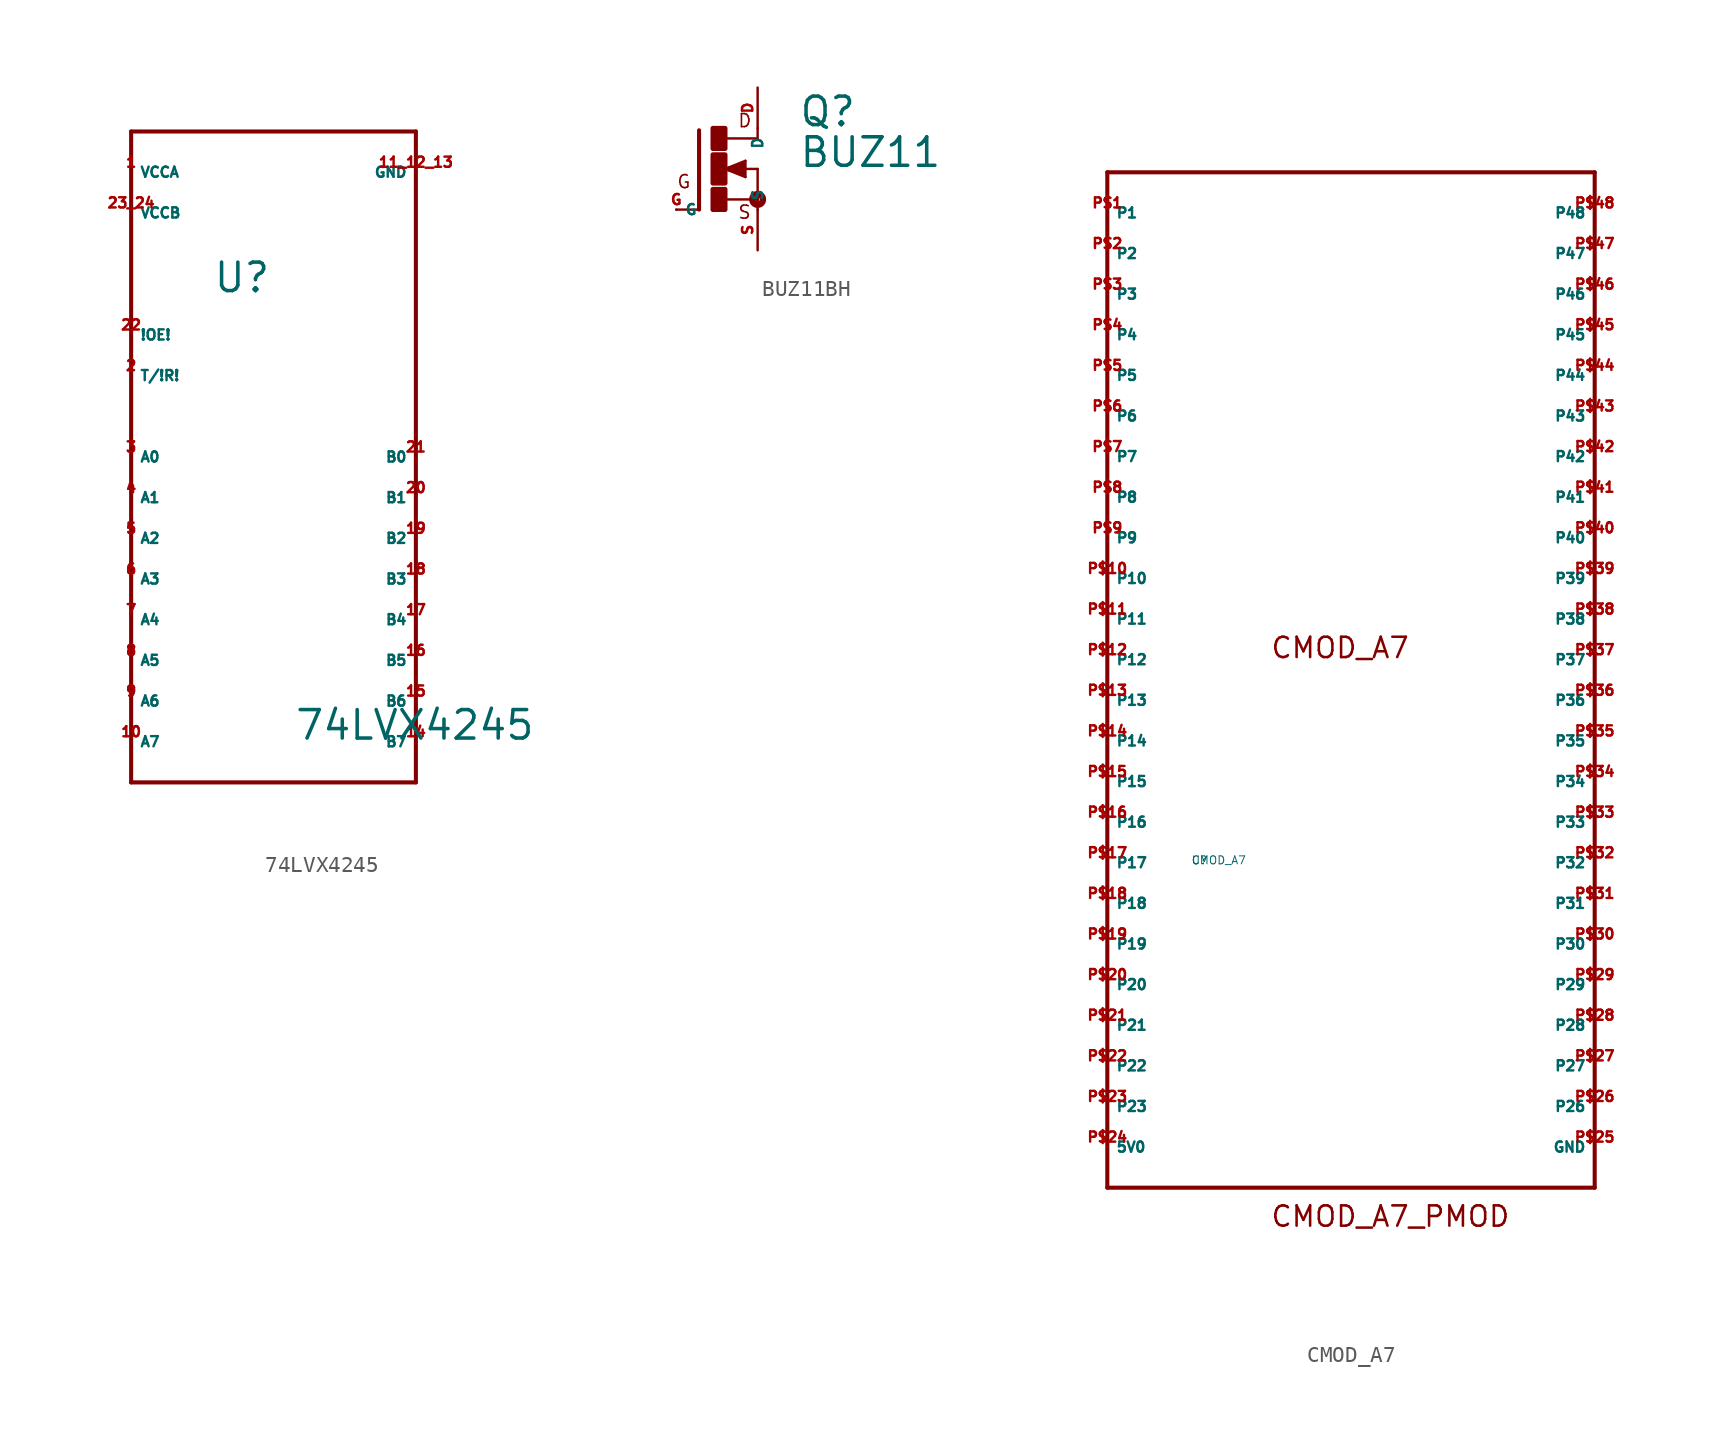
<source format=kicad_sym>
(kicad_symbol_lib
  (version 20220914)
  (generator Eagle2Kicad)
  (symbol "74LVX4245"
    (property "Reference" "U"
      (at -5.08 17.78 0)
      (effects (font (size 1.778 1.778) (thickness 0.22)) (justify left bottom)))
    (property "Value" "74LVX4245"
      (at 0 -10.16 0)
      (effects (font (size 1.778 1.778) (thickness 0.22)) (justify left bottom)))
    (polyline
      (pts (xy -10.16 27.94) (xy -10.16 -12.7))
      (stroke (width 0.254) (type default))
      (fill (type none)))
    (polyline
      (pts (xy -10.16 -12.7) (xy 7.62 -12.7))
      (stroke (width 0.254) (type default))
      (fill (type none)))
    (polyline
      (pts (xy 7.62 27.94) (xy -10.16 27.94))
      (stroke (width 0.254) (type default))
      (fill (type none)))
    (polyline
      (pts (xy 7.62 27.94) (xy 7.62 -12.7))
      (stroke (width 0.254) (type default))
      (fill (type none)))
    (pin bidirectional line
      (at -10.16 15.24 0)
      (length 0)
      (name "!OE!" (effects (font (size 0.635 0.635) (thickness 0.08)) (justify left bottom)))
      (number "22" (effects (font (size 0.635 0.635) (thickness 0.08)) (justify left bottom))))
    (pin bidirectional line
      (at -10.16 12.7 0)
      (length 0)
      (name "T/!R!" (effects (font (size 0.635 0.635) (thickness 0.08)) (justify left bottom)))
      (number "2" (effects (font (size 0.635 0.635) (thickness 0.08)) (justify left bottom))))
    (pin bidirectional line
      (at -10.16 7.62 0)
      (length 0)
      (name "A0" (effects (font (size 0.635 0.635) (thickness 0.08)) (justify left bottom)))
      (number "3" (effects (font (size 0.635 0.635) (thickness 0.08)) (justify left bottom))))
    (pin bidirectional line
      (at -10.16 5.08 0)
      (length 0)
      (name "A1" (effects (font (size 0.635 0.635) (thickness 0.08)) (justify left bottom)))
      (number "4" (effects (font (size 0.635 0.635) (thickness 0.08)) (justify left bottom))))
    (pin bidirectional line
      (at -10.16 2.54 0)
      (length 0)
      (name "A2" (effects (font (size 0.635 0.635) (thickness 0.08)) (justify left bottom)))
      (number "5" (effects (font (size 0.635 0.635) (thickness 0.08)) (justify left bottom))))
    (pin bidirectional line
      (at -10.16 0 0)
      (length 0)
      (name "A3" (effects (font (size 0.635 0.635) (thickness 0.08)) (justify left bottom)))
      (number "6" (effects (font (size 0.635 0.635) (thickness 0.08)) (justify left bottom))))
    (pin bidirectional line
      (at -10.16 -2.54 0)
      (length 0)
      (name "A4" (effects (font (size 0.635 0.635) (thickness 0.08)) (justify left bottom)))
      (number "7" (effects (font (size 0.635 0.635) (thickness 0.08)) (justify left bottom))))
    (pin bidirectional line
      (at -10.16 -5.08 0)
      (length 0)
      (name "A5" (effects (font (size 0.635 0.635) (thickness 0.08)) (justify left bottom)))
      (number "8" (effects (font (size 0.635 0.635) (thickness 0.08)) (justify left bottom))))
    (pin bidirectional line
      (at -10.16 -7.62 0)
      (length 0)
      (name "A6" (effects (font (size 0.635 0.635) (thickness 0.08)) (justify left bottom)))
      (number "9" (effects (font (size 0.635 0.635) (thickness 0.08)) (justify left bottom))))
    (pin bidirectional line
      (at -10.16 -10.16 0)
      (length 0)
      (name "A7" (effects (font (size 0.635 0.635) (thickness 0.08)) (justify left bottom)))
      (number "10" (effects (font (size 0.635 0.635) (thickness 0.08)) (justify left bottom))))
    (pin bidirectional line
      (at 7.62 7.62 180)
      (length 0)
      (name "B0" (effects (font (size 0.635 0.635) (thickness 0.08)) (justify left bottom)))
      (number "21" (effects (font (size 0.635 0.635) (thickness 0.08)) (justify left bottom))))
    (pin bidirectional line
      (at 7.62 5.08 180)
      (length 0)
      (name "B1" (effects (font (size 0.635 0.635) (thickness 0.08)) (justify left bottom)))
      (number "20" (effects (font (size 0.635 0.635) (thickness 0.08)) (justify left bottom))))
    (pin bidirectional line
      (at 7.62 2.54 180)
      (length 0)
      (name "B2" (effects (font (size 0.635 0.635) (thickness 0.08)) (justify left bottom)))
      (number "19" (effects (font (size 0.635 0.635) (thickness 0.08)) (justify left bottom))))
    (pin bidirectional line
      (at 7.62 0 180)
      (length 0)
      (name "B3" (effects (font (size 0.635 0.635) (thickness 0.08)) (justify left bottom)))
      (number "18" (effects (font (size 0.635 0.635) (thickness 0.08)) (justify left bottom))))
    (pin bidirectional line
      (at 7.62 -2.54 180)
      (length 0)
      (name "B4" (effects (font (size 0.635 0.635) (thickness 0.08)) (justify left bottom)))
      (number "17" (effects (font (size 0.635 0.635) (thickness 0.08)) (justify left bottom))))
    (pin bidirectional line
      (at 7.62 -5.08 180)
      (length 0)
      (name "B5" (effects (font (size 0.635 0.635) (thickness 0.08)) (justify left bottom)))
      (number "16" (effects (font (size 0.635 0.635) (thickness 0.08)) (justify left bottom))))
    (pin bidirectional line
      (at 7.62 -7.62 180)
      (length 0)
      (name "B6" (effects (font (size 0.635 0.635) (thickness 0.08)) (justify left bottom)))
      (number "15" (effects (font (size 0.635 0.635) (thickness 0.08)) (justify left bottom))))
    (pin bidirectional line
      (at 7.62 -10.16 180)
      (length 0)
      (name "B7" (effects (font (size 0.635 0.635) (thickness 0.08)) (justify left bottom)))
      (number "14" (effects (font (size 0.635 0.635) (thickness 0.08)) (justify left bottom))))
    (pin bidirectional line
      (at -10.16 25.4 0)
      (length 0)
      (name "VCCA" (effects (font (size 0.635 0.635) (thickness 0.08)) (justify left bottom)))
      (number "1" (effects (font (size 0.635 0.635) (thickness 0.08)) (justify left bottom))))
    (pin bidirectional line
      (at -10.16 22.86 0)
      (length 0)
      (name "VCCB" (effects (font (size 0.635 0.635) (thickness 0.08)) (justify left bottom)))
      (number "23 24" (effects (font (size 0.635 0.635) (thickness 0.08)) (justify left bottom))))
    (pin bidirectional line
      (at 7.62 25.4 180)
      (length 0)
      (name "GND" (effects (font (size 0.635 0.635) (thickness 0.08)) (justify left bottom)))
      (number "11 12 13" (effects (font (size 0.635 0.635) (thickness 0.08)) (justify left bottom)))))
  (symbol "BUZ11BH"
    (property "Reference" "Q"
      (at 5.08 2.54 0)
      (effects (font (size 1.778 1.778) (thickness 0.22)) (justify left bottom)))
    (property "Value" "BUZ11"
      (at 5.08 0 0)
      (effects (font (size 1.778 1.778) (thickness 0.22)) (justify left bottom)))
    (polyline
      (pts (xy -1.118 2.413) (xy -1.118 -2.54))
      (stroke (width 0.254) (type default))
      (fill (type none)))
    (polyline
      (pts (xy -1.118 -2.54) (xy -2.54 -2.54))
      (stroke (width 0.152) (type default))
      (fill (type none)))
    (polyline
      (pts (xy 2.54 1.905) (xy 0.533 1.905))
      (stroke (width 0.152) (type default))
      (fill (type none)))
    (polyline
      (pts (xy 2.54 2.54) (xy 2.54 1.905))
      (stroke (width 0.152) (type default))
      (fill (type none)))
    (polyline
      (pts (xy 2.54 0) (xy 2.54 -1.905))
      (stroke (width 0.152) (type default))
      (fill (type none)))
    (polyline
      (pts (xy 0.508 -1.905) (xy 2.54 -1.905))
      (stroke (width 0.152) (type default))
      (fill (type none)))
    (polyline
      (pts (xy 2.54 -1.905) (xy 2.54 -2.54))
      (stroke (width 0.152) (type default))
      (fill (type none)))
    (polyline
      (pts (xy 0.508 0) (xy 1.778 -0.508))
      (stroke (width 0.152) (type default))
      (fill (type none)))
    (polyline
      (pts (xy 1.778 -0.508) (xy 1.778 0.508))
      (stroke (width 0.152) (type default))
      (fill (type none)))
    (polyline
      (pts (xy 1.778 0.508) (xy 0.508 0))
      (stroke (width 0.152) (type default))
      (fill (type none)))
    (polyline
      (pts (xy 1.651 0) (xy 2.54 0))
      (stroke (width 0.152) (type default))
      (fill (type none)))
    (polyline
      (pts (xy 1.651 0.254) (xy 0.762 0))
      (stroke (width 0.305) (type default))
      (fill (type none)))
    (polyline
      (pts (xy 0.762 0) (xy 1.651 -0.254))
      (stroke (width 0.305) (type default))
      (fill (type none)))
    (polyline
      (pts (xy 1.651 -0.254) (xy 1.651 0))
      (stroke (width 0.305) (type default))
      (fill (type none)))
    (polyline
      (pts (xy 1.651 0) (xy 1.397 0))
      (stroke (width 0.305) (type default))
      (fill (type none)))
    (text "D"
      (at 1.27 2.54 0)
      (effects (font (size 0.813 0.813) (thickness 0.10)) (justify left bottom)))
    (text "S"
      (at 1.27 -3.175 0)
      (effects (font (size 0.813 0.813) (thickness 0.10)) (justify left bottom)))
    (text "G"
      (at -2.54 -1.27 0)
      (effects (font (size 0.813 0.813) (thickness 0.10)) (justify left bottom)))
    (circle
      (center 2.54 -1.905)
      (radius 0.127)
      (stroke (width 0.406) (type default))
      (fill (type none)))
    (rectangle
      (start -0.254 -2.54)
      (end 0.508 -1.27)
      (stroke (width 0.3) (type default))
      (fill (type outline)))
    (rectangle
      (start -0.254 1.27)
      (end 0.508 2.54)
      (stroke (width 0.3) (type default))
      (fill (type outline)))
    (rectangle
      (start -0.254 -0.889)
      (end 0.508 0.889)
      (stroke (width 0.3) (type default))
      (fill (type outline)))
    (pin passive line
      (at -2.54 -2.54 0)
      (length 0)
      (name "G" (effects (font (size 0.635 0.635) (thickness 0.08)) (justify left bottom)))
      (number "G" (effects (font (size 0.635 0.635) (thickness 0.08)) (justify left bottom))))
    (pin passive line
      (at 2.54 5.08 270)
      (length 2.54)
      (name "D" (effects (font (size 0.635 0.635) (thickness 0.08)) (justify left bottom)))
      (number "D" (effects (font (size 0.635 0.635) (thickness 0.08)) (justify left bottom))))
    (pin passive line
      (at 2.54 -5.08 90)
      (length 2.54)
      (name "S" (effects (font (size 0.635 0.635) (thickness 0.08)) (justify left bottom)))
      (number "S" (effects (font (size 0.635 0.635) (thickness 0.08)) (justify left bottom)))))
  (symbol "CMOD_A7"
    (property "Reference" "U"
      (at -10 -10 0)
      (effects (font (size 0.5 0.5) (thickness 0.06)) (justify left)))
    (property "Value" "CMOD_A7"
      (at -10 -10 0)
      (effects (font (size 0.5 0.5) (thickness 0.06)) (justify left)))
    (polyline
      (pts (xy -15.24 33.02) (xy 15.24 33.02))
      (stroke (width 0.254) (type default))
      (fill (type none)))
    (polyline
      (pts (xy 15.24 33.02) (xy 15.24 -30.48))
      (stroke (width 0.254) (type default))
      (fill (type none)))
    (polyline
      (pts (xy 15.24 -30.48) (xy -15.24 -30.48))
      (stroke (width 0.254) (type default))
      (fill (type none)))
    (polyline
      (pts (xy -15.24 -30.48) (xy -15.24 33.02))
      (stroke (width 0.254) (type default))
      (fill (type none)))
    (text "CMOD_A7"
      (at -5.08 2.54 0)
      (effects (font (size 1.27 1.27) (thickness 0.16)) (justify left bottom)))
    (text "CMOD_A7_PMOD"
      (at -5.08 -33.02 0)
      (effects (font (size 1.27 1.27) (thickness 0.16)) (justify left bottom)))
    (pin bidirectional line
      (at -15.24 30.48 0)
      (length 0)
      (name "P1" (effects (font (size 0.635 0.635) (thickness 0.08)) (justify left bottom)))
      (number "P$1" (effects (font (size 0.635 0.635) (thickness 0.08)) (justify left bottom))))
    (pin bidirectional line
      (at -15.24 27.94 0)
      (length 0)
      (name "P2" (effects (font (size 0.635 0.635) (thickness 0.08)) (justify left bottom)))
      (number "P$2" (effects (font (size 0.635 0.635) (thickness 0.08)) (justify left bottom))))
    (pin bidirectional line
      (at -15.24 25.4 0)
      (length 0)
      (name "P3" (effects (font (size 0.635 0.635) (thickness 0.08)) (justify left bottom)))
      (number "P$3" (effects (font (size 0.635 0.635) (thickness 0.08)) (justify left bottom))))
    (pin bidirectional line
      (at -15.24 22.86 0)
      (length 0)
      (name "P4" (effects (font (size 0.635 0.635) (thickness 0.08)) (justify left bottom)))
      (number "P$4" (effects (font (size 0.635 0.635) (thickness 0.08)) (justify left bottom))))
    (pin bidirectional line
      (at -15.24 20.32 0)
      (length 0)
      (name "P5" (effects (font (size 0.635 0.635) (thickness 0.08)) (justify left bottom)))
      (number "P$5" (effects (font (size 0.635 0.635) (thickness 0.08)) (justify left bottom))))
    (pin bidirectional line
      (at -15.24 17.78 0)
      (length 0)
      (name "P6" (effects (font (size 0.635 0.635) (thickness 0.08)) (justify left bottom)))
      (number "P$6" (effects (font (size 0.635 0.635) (thickness 0.08)) (justify left bottom))))
    (pin bidirectional line
      (at -15.24 15.24 0)
      (length 0)
      (name "P7" (effects (font (size 0.635 0.635) (thickness 0.08)) (justify left bottom)))
      (number "P$7" (effects (font (size 0.635 0.635) (thickness 0.08)) (justify left bottom))))
    (pin bidirectional line
      (at -15.24 12.7 0)
      (length 0)
      (name "P8" (effects (font (size 0.635 0.635) (thickness 0.08)) (justify left bottom)))
      (number "P$8" (effects (font (size 0.635 0.635) (thickness 0.08)) (justify left bottom))))
    (pin bidirectional line
      (at -15.24 10.16 0)
      (length 0)
      (name "P9" (effects (font (size 0.635 0.635) (thickness 0.08)) (justify left bottom)))
      (number "P$9" (effects (font (size 0.635 0.635) (thickness 0.08)) (justify left bottom))))
    (pin bidirectional line
      (at -15.24 7.62 0)
      (length 0)
      (name "P10" (effects (font (size 0.635 0.635) (thickness 0.08)) (justify left bottom)))
      (number "P$10" (effects (font (size 0.635 0.635) (thickness 0.08)) (justify left bottom))))
    (pin bidirectional line
      (at -15.24 5.08 0)
      (length 0)
      (name "P11" (effects (font (size 0.635 0.635) (thickness 0.08)) (justify left bottom)))
      (number "P$11" (effects (font (size 0.635 0.635) (thickness 0.08)) (justify left bottom))))
    (pin bidirectional line
      (at -15.24 2.54 0)
      (length 0)
      (name "P12" (effects (font (size 0.635 0.635) (thickness 0.08)) (justify left bottom)))
      (number "P$12" (effects (font (size 0.635 0.635) (thickness 0.08)) (justify left bottom))))
    (pin bidirectional line
      (at -15.24 0 0)
      (length 0)
      (name "P13" (effects (font (size 0.635 0.635) (thickness 0.08)) (justify left bottom)))
      (number "P$13" (effects (font (size 0.635 0.635) (thickness 0.08)) (justify left bottom))))
    (pin bidirectional line
      (at -15.24 -2.54 0)
      (length 0)
      (name "P14" (effects (font (size 0.635 0.635) (thickness 0.08)) (justify left bottom)))
      (number "P$14" (effects (font (size 0.635 0.635) (thickness 0.08)) (justify left bottom))))
    (pin bidirectional line
      (at -15.24 -5.08 0)
      (length 0)
      (name "P15" (effects (font (size 0.635 0.635) (thickness 0.08)) (justify left bottom)))
      (number "P$15" (effects (font (size 0.635 0.635) (thickness 0.08)) (justify left bottom))))
    (pin bidirectional line
      (at -15.24 -7.62 0)
      (length 0)
      (name "P16" (effects (font (size 0.635 0.635) (thickness 0.08)) (justify left bottom)))
      (number "P$16" (effects (font (size 0.635 0.635) (thickness 0.08)) (justify left bottom))))
    (pin bidirectional line
      (at -15.24 -10.16 0)
      (length 0)
      (name "P17" (effects (font (size 0.635 0.635) (thickness 0.08)) (justify left bottom)))
      (number "P$17" (effects (font (size 0.635 0.635) (thickness 0.08)) (justify left bottom))))
    (pin bidirectional line
      (at -15.24 -12.7 0)
      (length 0)
      (name "P18" (effects (font (size 0.635 0.635) (thickness 0.08)) (justify left bottom)))
      (number "P$18" (effects (font (size 0.635 0.635) (thickness 0.08)) (justify left bottom))))
    (pin bidirectional line
      (at -15.24 -15.24 0)
      (length 0)
      (name "P19" (effects (font (size 0.635 0.635) (thickness 0.08)) (justify left bottom)))
      (number "P$19" (effects (font (size 0.635 0.635) (thickness 0.08)) (justify left bottom))))
    (pin bidirectional line
      (at -15.24 -17.78 0)
      (length 0)
      (name "P20" (effects (font (size 0.635 0.635) (thickness 0.08)) (justify left bottom)))
      (number "P$20" (effects (font (size 0.635 0.635) (thickness 0.08)) (justify left bottom))))
    (pin bidirectional line
      (at -15.24 -20.32 0)
      (length 0)
      (name "P21" (effects (font (size 0.635 0.635) (thickness 0.08)) (justify left bottom)))
      (number "P$21" (effects (font (size 0.635 0.635) (thickness 0.08)) (justify left bottom))))
    (pin bidirectional line
      (at -15.24 -22.86 0)
      (length 0)
      (name "P22" (effects (font (size 0.635 0.635) (thickness 0.08)) (justify left bottom)))
      (number "P$22" (effects (font (size 0.635 0.635) (thickness 0.08)) (justify left bottom))))
    (pin bidirectional line
      (at -15.24 -25.4 0)
      (length 0)
      (name "P23" (effects (font (size 0.635 0.635) (thickness 0.08)) (justify left bottom)))
      (number "P$23" (effects (font (size 0.635 0.635) (thickness 0.08)) (justify left bottom))))
    (pin bidirectional line
      (at -15.24 -27.94 0)
      (length 0)
      (name "5V0" (effects (font (size 0.635 0.635) (thickness 0.08)) (justify left bottom)))
      (number "P$24" (effects (font (size 0.635 0.635) (thickness 0.08)) (justify left bottom))))
    (pin bidirectional line
      (at 15.24 -27.94 180)
      (length 0)
      (name "GND" (effects (font (size 0.635 0.635) (thickness 0.08)) (justify left bottom)))
      (number "P$25" (effects (font (size 0.635 0.635) (thickness 0.08)) (justify left bottom))))
    (pin bidirectional line
      (at 15.24 -25.4 180)
      (length 0)
      (name "P26" (effects (font (size 0.635 0.635) (thickness 0.08)) (justify left bottom)))
      (number "P$26" (effects (font (size 0.635 0.635) (thickness 0.08)) (justify left bottom))))
    (pin bidirectional line
      (at 15.24 -22.86 180)
      (length 0)
      (name "P27" (effects (font (size 0.635 0.635) (thickness 0.08)) (justify left bottom)))
      (number "P$27" (effects (font (size 0.635 0.635) (thickness 0.08)) (justify left bottom))))
    (pin bidirectional line
      (at 15.24 -20.32 180)
      (length 0)
      (name "P28" (effects (font (size 0.635 0.635) (thickness 0.08)) (justify left bottom)))
      (number "P$28" (effects (font (size 0.635 0.635) (thickness 0.08)) (justify left bottom))))
    (pin bidirectional line
      (at 15.24 -17.78 180)
      (length 0)
      (name "P29" (effects (font (size 0.635 0.635) (thickness 0.08)) (justify left bottom)))
      (number "P$29" (effects (font (size 0.635 0.635) (thickness 0.08)) (justify left bottom))))
    (pin bidirectional line
      (at 15.24 -15.24 180)
      (length 0)
      (name "P30" (effects (font (size 0.635 0.635) (thickness 0.08)) (justify left bottom)))
      (number "P$30" (effects (font (size 0.635 0.635) (thickness 0.08)) (justify left bottom))))
    (pin bidirectional line
      (at 15.24 -12.7 180)
      (length 0)
      (name "P31" (effects (font (size 0.635 0.635) (thickness 0.08)) (justify left bottom)))
      (number "P$31" (effects (font (size 0.635 0.635) (thickness 0.08)) (justify left bottom))))
    (pin bidirectional line
      (at 15.24 -10.16 180)
      (length 0)
      (name "P32" (effects (font (size 0.635 0.635) (thickness 0.08)) (justify left bottom)))
      (number "P$32" (effects (font (size 0.635 0.635) (thickness 0.08)) (justify left bottom))))
    (pin bidirectional line
      (at 15.24 -7.62 180)
      (length 0)
      (name "P33" (effects (font (size 0.635 0.635) (thickness 0.08)) (justify left bottom)))
      (number "P$33" (effects (font (size 0.635 0.635) (thickness 0.08)) (justify left bottom))))
    (pin bidirectional line
      (at 15.24 -5.08 180)
      (length 0)
      (name "P34" (effects (font (size 0.635 0.635) (thickness 0.08)) (justify left bottom)))
      (number "P$34" (effects (font (size 0.635 0.635) (thickness 0.08)) (justify left bottom))))
    (pin bidirectional line
      (at 15.24 -2.54 180)
      (length 0)
      (name "P35" (effects (font (size 0.635 0.635) (thickness 0.08)) (justify left bottom)))
      (number "P$35" (effects (font (size 0.635 0.635) (thickness 0.08)) (justify left bottom))))
    (pin bidirectional line
      (at 15.24 0 180)
      (length 0)
      (name "P36" (effects (font (size 0.635 0.635) (thickness 0.08)) (justify left bottom)))
      (number "P$36" (effects (font (size 0.635 0.635) (thickness 0.08)) (justify left bottom))))
    (pin bidirectional line
      (at 15.24 2.54 180)
      (length 0)
      (name "P37" (effects (font (size 0.635 0.635) (thickness 0.08)) (justify left bottom)))
      (number "P$37" (effects (font (size 0.635 0.635) (thickness 0.08)) (justify left bottom))))
    (pin bidirectional line
      (at 15.24 5.08 180)
      (length 0)
      (name "P38" (effects (font (size 0.635 0.635) (thickness 0.08)) (justify left bottom)))
      (number "P$38" (effects (font (size 0.635 0.635) (thickness 0.08)) (justify left bottom))))
    (pin bidirectional line
      (at 15.24 7.62 180)
      (length 0)
      (name "P39" (effects (font (size 0.635 0.635) (thickness 0.08)) (justify left bottom)))
      (number "P$39" (effects (font (size 0.635 0.635) (thickness 0.08)) (justify left bottom))))
    (pin bidirectional line
      (at 15.24 10.16 180)
      (length 0)
      (name "P40" (effects (font (size 0.635 0.635) (thickness 0.08)) (justify left bottom)))
      (number "P$40" (effects (font (size 0.635 0.635) (thickness 0.08)) (justify left bottom))))
    (pin bidirectional line
      (at 15.24 12.7 180)
      (length 0)
      (name "P41" (effects (font (size 0.635 0.635) (thickness 0.08)) (justify left bottom)))
      (number "P$41" (effects (font (size 0.635 0.635) (thickness 0.08)) (justify left bottom))))
    (pin bidirectional line
      (at 15.24 15.24 180)
      (length 0)
      (name "P42" (effects (font (size 0.635 0.635) (thickness 0.08)) (justify left bottom)))
      (number "P$42" (effects (font (size 0.635 0.635) (thickness 0.08)) (justify left bottom))))
    (pin bidirectional line
      (at 15.24 17.78 180)
      (length 0)
      (name "P43" (effects (font (size 0.635 0.635) (thickness 0.08)) (justify left bottom)))
      (number "P$43" (effects (font (size 0.635 0.635) (thickness 0.08)) (justify left bottom))))
    (pin bidirectional line
      (at 15.24 20.32 180)
      (length 0)
      (name "P44" (effects (font (size 0.635 0.635) (thickness 0.08)) (justify left bottom)))
      (number "P$44" (effects (font (size 0.635 0.635) (thickness 0.08)) (justify left bottom))))
    (pin bidirectional line
      (at 15.24 22.86 180)
      (length 0)
      (name "P45" (effects (font (size 0.635 0.635) (thickness 0.08)) (justify left bottom)))
      (number "P$45" (effects (font (size 0.635 0.635) (thickness 0.08)) (justify left bottom))))
    (pin bidirectional line
      (at 15.24 25.4 180)
      (length 0)
      (name "P46" (effects (font (size 0.635 0.635) (thickness 0.08)) (justify left bottom)))
      (number "P$46" (effects (font (size 0.635 0.635) (thickness 0.08)) (justify left bottom))))
    (pin bidirectional line
      (at 15.24 27.94 180)
      (length 0)
      (name "P47" (effects (font (size 0.635 0.635) (thickness 0.08)) (justify left bottom)))
      (number "P$47" (effects (font (size 0.635 0.635) (thickness 0.08)) (justify left bottom))))
    (pin bidirectional line
      (at 15.24 30.48 180)
      (length 0)
      (name "P48" (effects (font (size 0.635 0.635) (thickness 0.08)) (justify left bottom)))
      (number "P$48" (effects (font (size 0.635 0.635) (thickness 0.08)) (justify left bottom))))))
</source>
